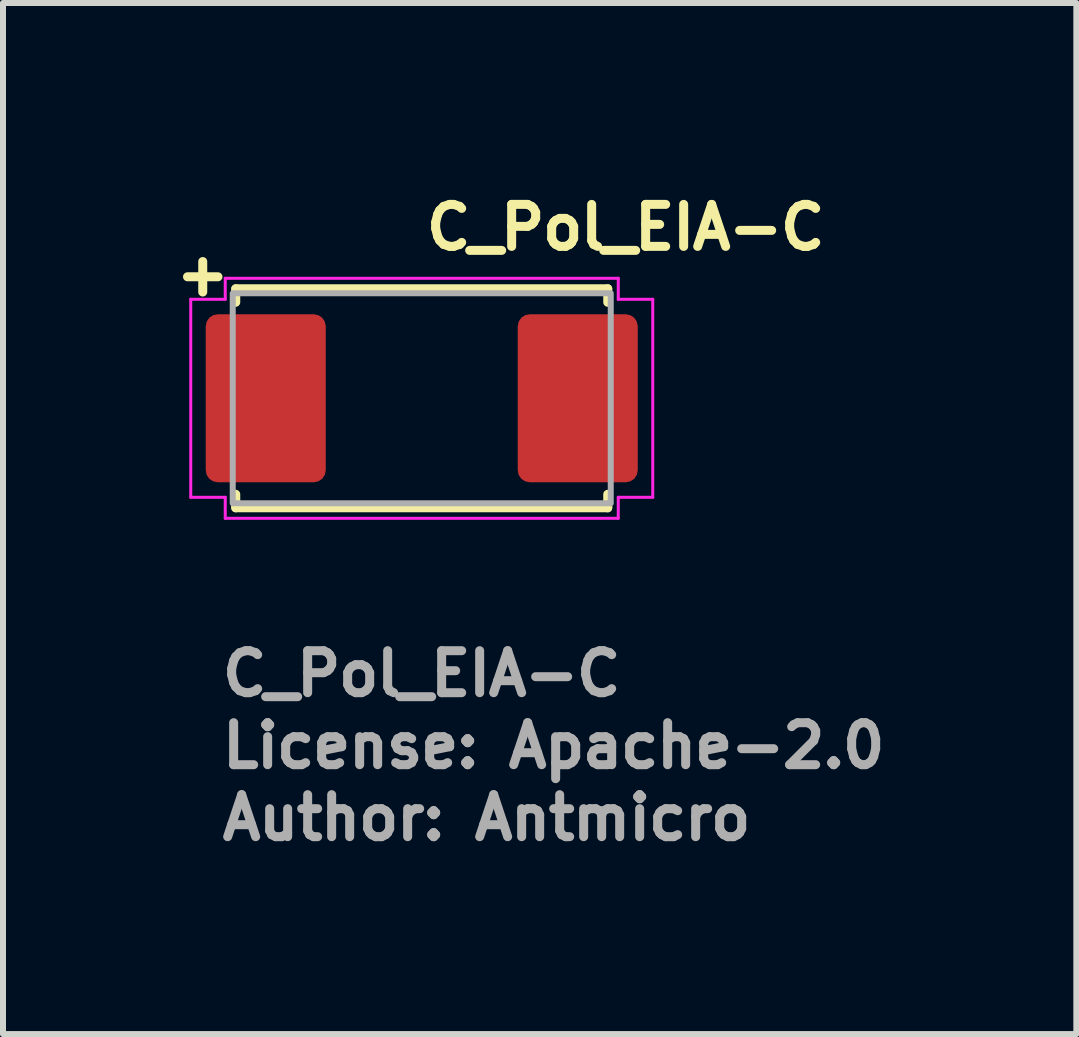
<source format=kicad_pcb>
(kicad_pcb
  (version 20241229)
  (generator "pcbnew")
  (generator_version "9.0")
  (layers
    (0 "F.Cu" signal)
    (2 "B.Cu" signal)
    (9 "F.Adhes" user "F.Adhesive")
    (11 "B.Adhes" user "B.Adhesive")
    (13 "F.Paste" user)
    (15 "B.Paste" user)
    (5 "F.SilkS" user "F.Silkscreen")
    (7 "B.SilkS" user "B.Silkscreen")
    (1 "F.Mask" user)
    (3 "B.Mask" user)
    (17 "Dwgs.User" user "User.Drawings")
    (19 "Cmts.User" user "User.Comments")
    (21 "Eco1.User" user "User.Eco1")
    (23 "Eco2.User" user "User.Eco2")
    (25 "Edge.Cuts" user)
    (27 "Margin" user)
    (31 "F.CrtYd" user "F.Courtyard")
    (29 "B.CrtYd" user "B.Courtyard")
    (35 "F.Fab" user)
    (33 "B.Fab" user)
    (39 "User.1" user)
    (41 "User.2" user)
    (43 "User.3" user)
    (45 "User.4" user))
  (footprint "C_Pol_EIA-C"
    (layer "F.Cu")
    (at 3.979 3.588)
    (property "Reference" "C_Pol_EIA-C" (at 0 -2.438 0) (layer "F.SilkS") (effects (font (size 0.7 0.7) (thickness 0.15)) (justify left bottom)))
    (attr smd)
    (fp_line (start -3.65 -2.279) (end -3.65 -1.771) (stroke (width 0.15) (type solid)) (layer "F.SilkS"))
    (fp_line (start -3.396 -2.025) (end -3.904 -2.025) (stroke (width 0.15) (type solid)) (layer "F.SilkS"))
    (fp_line (start -3.1 -1.825) (end -3.1 -1.6) (stroke (width 0.15) (type solid)) (layer "F.SilkS"))
    (fp_line (start -3.1 -1.825) (end 3.1 -1.825) (stroke (width 0.15) (type solid)) (layer "F.SilkS"))
    (fp_line (start -3.1 1.825) (end -3.1 1.6) (stroke (width 0.15) (type solid)) (layer "F.SilkS"))
    (fp_line (start 3.1 -1.825) (end 3.1 -1.6) (stroke (width 0.15) (type solid)) (layer "F.SilkS"))
    (fp_line (start 3.1 1.825) (end -3.1 1.825) (stroke (width 0.15) (type solid)) (layer "F.SilkS"))
    (fp_line (start 3.1 1.825) (end 3.1 1.6) (stroke (width 0.15) (type solid)) (layer "F.SilkS"))
    (fp_line (start -3.85 -1.65) (end -3.85 1.65) (stroke (width 0.05) (type solid)) (layer "F.CrtYd"))
    (fp_line (start -3.85 -1.65) (end -3.275 -1.65) (stroke (width 0.05) (type solid)) (layer "F.CrtYd"))
    (fp_line (start -3.275 -2) (end -3.275 -1.65) (stroke (width 0.05) (type solid)) (layer "F.CrtYd"))
    (fp_line (start -3.275 1.65) (end -3.85 1.65) (stroke (width 0.05) (type solid)) (layer "F.CrtYd"))
    (fp_line (start -3.275 1.65) (end -3.275 2) (stroke (width 0.05) (type solid)) (layer "F.CrtYd"))
    (fp_line (start 3.275 -2) (end -3.275 -2) (stroke (width 0.05) (type solid)) (layer "F.CrtYd"))
    (fp_line (start 3.275 -1.65) (end 3.275 -2) (stroke (width 0.05) (type solid)) (layer "F.CrtYd"))
    (fp_line (start 3.275 -1.65) (end 3.85 -1.65) (stroke (width 0.05) (type solid)) (layer "F.CrtYd"))
    (fp_line (start 3.275 2) (end -3.275 2) (stroke (width 0.05) (type solid)) (layer "F.CrtYd"))
    (fp_line (start 3.275 2) (end 3.275 1.65) (stroke (width 0.05) (type solid)) (layer "F.CrtYd"))
    (fp_line (start 3.85 1.65) (end 3.275 1.65) (stroke (width 0.05) (type solid)) (layer "F.CrtYd"))
    (fp_line (start 3.85 1.65) (end 3.85 -1.65) (stroke (width 0.05) (type solid)) (layer "F.CrtYd"))
    (fp_rect (start -3.15 -1.75) (end 3.15 1.75) (stroke (width 0.1) (type solid)) (fill no) (layer "F.Fab"))
    (fp_rect (start -3.15 -1.75) (end 3.15 1.75) (stroke (width 0.1) (type solid)) (fill no) (layer "User.5"))
    (fp_line (start -3.15 -1.15) (end -3.05 -1.15) (stroke (width 0.02) (type solid)) (layer "User.9"))
    (fp_line (start -3.15 -0.5) (end -3.15 -1.15) (stroke (width 0.02) (type solid)) (layer "User.9"))
    (fp_line (start -3.15 -0.5) (end -3.15 0.5) (stroke (width 0.02) (type solid)) (layer "User.9"))
    (fp_line (start -3.15 0.5) (end -3.05 0.5) (stroke (width 0.02) (type solid)) (layer "User.9"))
    (fp_line (start -3.15 1.15) (end -3.15 0.5) (stroke (width 0.02) (type solid)) (layer "User.9"))
    (fp_line (start -3.05 -1.15) (end -3.02 -1.15) (stroke (width 0.02) (type solid)) (layer "User.9"))
    (fp_line (start -3.05 -0.5) (end -3.15 -0.5) (stroke (width 0.02) (type solid)) (layer "User.9"))
    (fp_line (start -3.05 1.15) (end -3.15 1.15) (stroke (width 0.02) (type solid)) (layer "User.9"))
    (fp_line (start -3.05 1.15) (end -3.02 1.15) (stroke (width 0.02) (type solid)) (layer "User.9"))
    (fp_line (start -3.02 -1.75) (end -2.82 -1.642) (stroke (width 0.02) (type solid)) (layer "User.9"))
    (fp_line (start -3.02 -1.15) (end -3.02 -1.75) (stroke (width 0.02) (type solid)) (layer "User.9"))
    (fp_line (start -3.02 -0.5) (end -3.05 -0.5) (stroke (width 0.02) (type solid)) (layer "User.9"))
    (fp_line (start -3.02 -0.5) (end -3.02 -1.15) (stroke (width 0.02) (type solid)) (layer "User.9"))
    (fp_line (start -3.02 0.5) (end -3.05 0.5) (stroke (width 0.02) (type solid)) (layer "User.9"))
    (fp_line (start -3.02 0.5) (end -3.02 -0.5) (stroke (width 0.02) (type solid)) (layer "User.9"))
    (fp_line (start -3.02 1.15) (end -3.02 0.5) (stroke (width 0.02) (type solid)) (layer "User.9"))
    (fp_line (start -3.02 1.75) (end -3.02 1.15) (stroke (width 0.02) (type solid)) (layer "User.9"))
    (fp_line (start -3.02 1.75) (end -2.82 1.642) (stroke (width 0.02) (type solid)) (layer "User.9"))
    (fp_line (start -2.82 -1.642) (end -2.17 -1.55) (stroke (width 0.02) (type solid)) (layer "User.9"))
    (fp_line (start -2.82 1.642) (end -2.82 -1.642) (stroke (width 0.02) (type solid)) (layer "User.9"))
    (fp_line (start -2.82 1.642) (end -2.17 1.55) (stroke (width 0.02) (type solid)) (layer "User.9"))
    (fp_line (start -2.17 1.55) (end -2.17 -1.55) (stroke (width 0.02) (type solid)) (layer "User.9"))
    (fp_line (start 2.72 -1.55) (end -2.17 -1.55) (stroke (width 0.02) (type solid)) (layer "User.9"))
    (fp_line (start 2.72 -1.55) (end 3.02 -1.75) (stroke (width 0.02) (type solid)) (layer "User.9"))
    (fp_line (start 2.72 1.55) (end -2.17 1.55) (stroke (width 0.02) (type solid)) (layer "User.9"))
    (fp_line (start 2.72 1.55) (end 2.72 -1.55) (stroke (width 0.02) (type solid)) (layer "User.9"))
    (fp_line (start 2.72 1.55) (end 3.02 1.75) (stroke (width 0.02) (type solid)) (layer "User.9"))
    (fp_line (start 3.02 -1.75) (end -3.02 -1.75) (stroke (width 0.02) (type solid)) (layer "User.9"))
    (fp_line (start 3.02 -1.15) (end 3.02 -1.75) (stroke (width 0.02) (type solid)) (layer "User.9"))
    (fp_line (start 3.02 1.15) (end 3.02 -1.15) (stroke (width 0.02) (type solid)) (layer "User.9"))
    (fp_line (start 3.02 1.75) (end -3.02 1.75) (stroke (width 0.02) (type solid)) (layer "User.9"))
    (fp_line (start 3.02 1.75) (end 3.02 1.15) (stroke (width 0.02) (type solid)) (layer "User.9"))
    (fp_line (start 3.049 -1.15) (end 3.02 -1.15) (stroke (width 0.02) (type solid)) (layer "User.9"))
    (fp_line (start 3.049 -1.15) (end 3.15 -1.15) (stroke (width 0.02) (type solid)) (layer "User.9"))
    (fp_line (start 3.049 1.15) (end 3.02 1.15) (stroke (width 0.02) (type solid)) (layer "User.9"))
    (fp_line (start 3.15 -1.15) (end 3.15 1.15) (stroke (width 0.02) (type solid)) (layer "User.9"))
    (fp_line (start 3.15 1.15) (end 3.049 1.15) (stroke (width 0.02) (type solid)) (layer "User.9"))
    (fp_text user "Author: Antmicro" (at -3.4 7.4 0) (layer "F.Fab") (effects (font (size 0.7 0.7) (thickness 0.15)) (justify left bottom)))
    (fp_text user "${REFERENCE}" (at -3.4 5 0) (layer "F.Fab") (effects (font (size 0.7 0.7) (thickness 0.15)) (justify left bottom)))
    (fp_text user "License: Apache-2.0" (at -3.4 6.2 0) (layer "F.Fab") (effects (font (size 0.7 0.7) (thickness 0.15)) (justify left bottom)))
    (pad "1" smd roundrect (at -2.6 0) (size 2 2.8) (layers "F.Cu" "F.Mask" "F.Paste") (roundrect_rratio 0.1))
    (pad "2" smd roundrect (at 2.6 0) (size 2 2.8) (layers "F.Cu" "F.Mask" "F.Paste") (roundrect_rratio 0.1)))
  (gr_rect
    (start -3 -3)
    (end 14.889 14.184)
    (stroke (width 0.1) (type default))
    (fill no)
    (layer "Edge.Cuts")))
</source>
